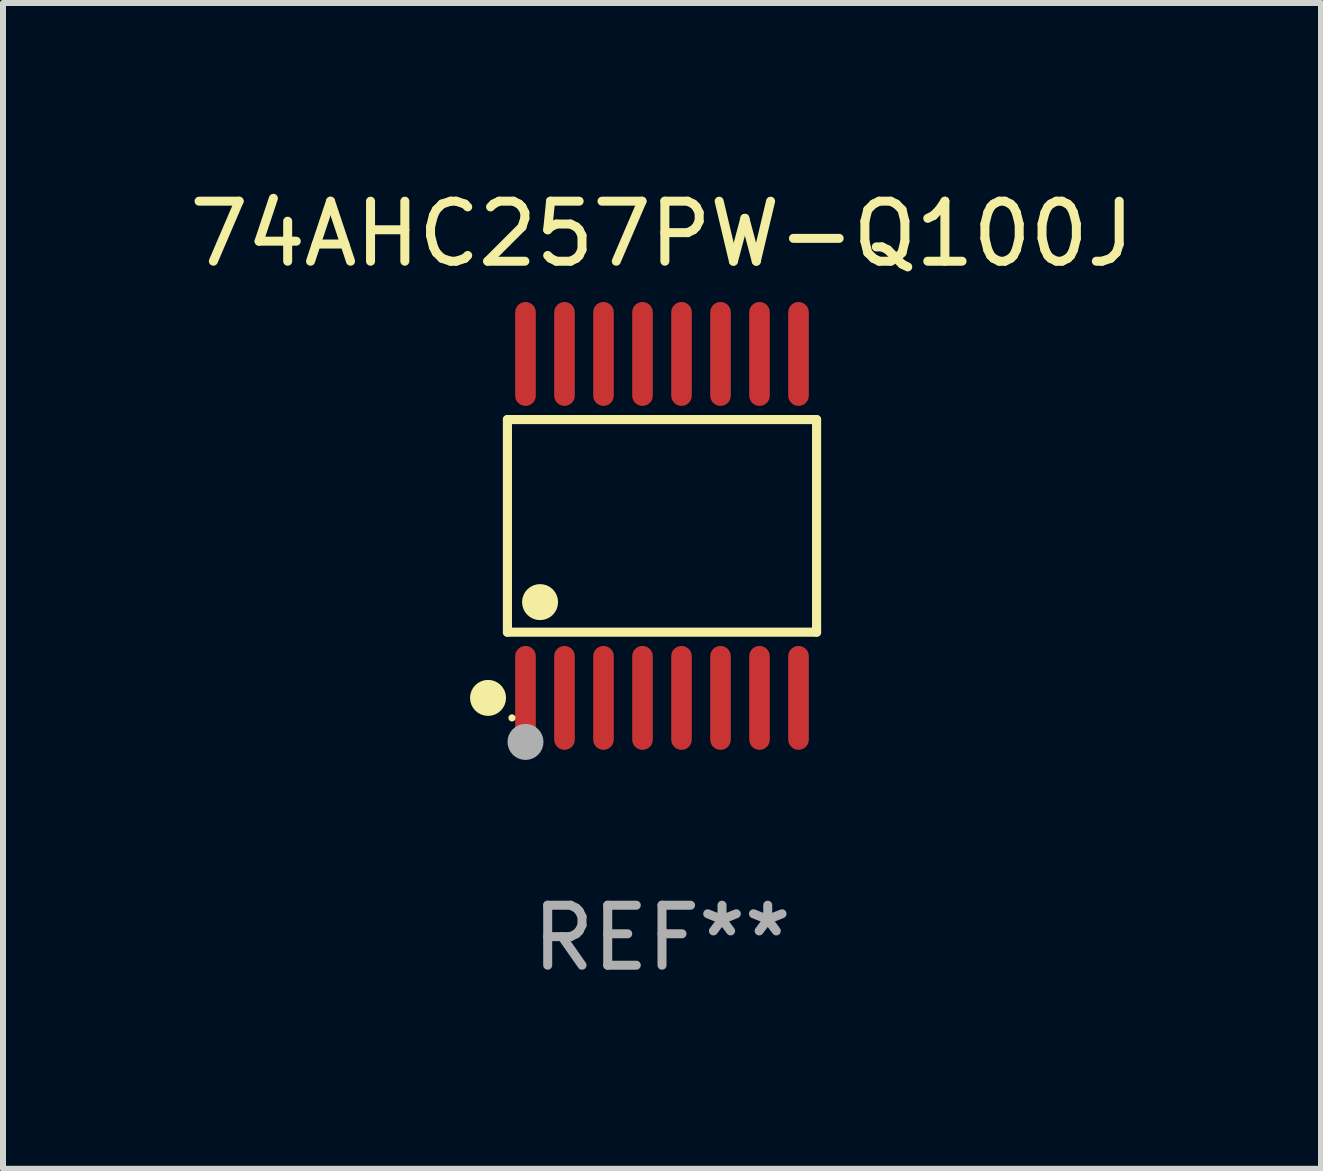
<source format=kicad_pcb>
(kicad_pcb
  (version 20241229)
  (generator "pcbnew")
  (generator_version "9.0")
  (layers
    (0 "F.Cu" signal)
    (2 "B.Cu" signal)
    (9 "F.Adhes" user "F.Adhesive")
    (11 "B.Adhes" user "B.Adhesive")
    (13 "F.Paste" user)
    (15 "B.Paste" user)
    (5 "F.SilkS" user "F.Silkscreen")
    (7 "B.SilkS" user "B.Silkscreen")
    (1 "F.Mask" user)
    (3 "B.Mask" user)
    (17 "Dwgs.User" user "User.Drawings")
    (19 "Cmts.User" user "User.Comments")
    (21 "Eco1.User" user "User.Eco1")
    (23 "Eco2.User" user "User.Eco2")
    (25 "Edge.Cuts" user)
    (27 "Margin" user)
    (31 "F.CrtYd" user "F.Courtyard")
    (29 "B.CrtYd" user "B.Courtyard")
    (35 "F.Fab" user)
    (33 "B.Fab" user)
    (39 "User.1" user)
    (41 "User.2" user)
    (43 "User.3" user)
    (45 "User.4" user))
  (footprint "74AHC257PW-Q100J"
    (layer "F.Cu")
    (at 7.982 5.714)
    (property "Reference" "74AHC257PW-Q100J" (at 0 -4.866 0) (layer "F.SilkS") (effects (font (size 1 1) (thickness 0.15))))
    (attr through_hole)
    (fp_line (start -2.576 -1.772) (end 2.576 -1.772) (stroke (width 0.152) (type solid)) (layer "F.SilkS"))
    (fp_line (start -2.576 1.771) (end -2.576 -1.772) (stroke (width 0.152) (type solid)) (layer "F.SilkS"))
    (fp_line (start 2.576 -1.772) (end 2.576 1.771) (stroke (width 0.152) (type solid)) (layer "F.SilkS"))
    (fp_line (start 2.576 1.771) (end -2.576 1.771) (stroke (width 0.152) (type solid)) (layer "F.SilkS"))
    (fp_circle (center -2.899 2.866) (end -2.749 2.866) (stroke (width 0.3) (type solid)) (fill no) (layer "F.SilkS"))
    (fp_circle (center -2.5 3.2) (end -2.47 3.2) (stroke (width 0.06) (type solid)) (fill no) (layer "F.SilkS"))
    (fp_circle (center -2.032 1.27) (end -1.882 1.27) (stroke (width 0.3) (type solid)) (fill no) (layer "F.SilkS"))
    (fp_circle (center -2.275 3.6) (end -2.125 3.6) (stroke (width 0.3) (type solid)) (fill no) (layer "F.Fab"))
    (fp_text user "REF**" (at 0 6.866 0) (layer "F.Fab") (effects (font (size 1 1) (thickness 0.15))))
    (pad "1" smd oval (at -2.275 2.866) (size 0.343 1.731) (layers "F.Cu" "F.Mask" "F.Paste"))
    (pad "2" smd oval (at -1.625 2.866) (size 0.343 1.731) (layers "F.Cu" "F.Mask" "F.Paste"))
    (pad "3" smd oval (at -0.975 2.866) (size 0.343 1.731) (layers "F.Cu" "F.Mask" "F.Paste"))
    (pad "4" smd oval (at -0.325 2.866) (size 0.343 1.731) (layers "F.Cu" "F.Mask" "F.Paste"))
    (pad "5" smd oval (at 0.325 2.866) (size 0.343 1.731) (layers "F.Cu" "F.Mask" "F.Paste"))
    (pad "6" smd oval (at 0.975 2.866) (size 0.343 1.731) (layers "F.Cu" "F.Mask" "F.Paste"))
    (pad "7" smd oval (at 1.625 2.866) (size 0.343 1.731) (layers "F.Cu" "F.Mask" "F.Paste"))
    (pad "8" smd oval (at 2.275 2.866) (size 0.343 1.731) (layers "F.Cu" "F.Mask" "F.Paste"))
    (pad "9" smd oval (at 2.275 -2.866) (size 0.343 1.731) (layers "F.Cu" "F.Mask" "F.Paste"))
    (pad "10" smd oval (at 1.625 -2.866) (size 0.343 1.731) (layers "F.Cu" "F.Mask" "F.Paste"))
    (pad "11" smd oval (at 0.975 -2.866) (size 0.343 1.731) (layers "F.Cu" "F.Mask" "F.Paste"))
    (pad "12" smd oval (at 0.325 -2.866) (size 0.343 1.731) (layers "F.Cu" "F.Mask" "F.Paste"))
    (pad "13" smd oval (at -0.325 -2.866) (size 0.343 1.731) (layers "F.Cu" "F.Mask" "F.Paste"))
    (pad "14" smd oval (at -0.975 -2.866) (size 0.343 1.731) (layers "F.Cu" "F.Mask" "F.Paste"))
    (pad "15" smd oval (at -1.625 -2.866) (size 0.343 1.731) (layers "F.Cu" "F.Mask" "F.Paste"))
    (pad "16" smd oval (at -2.275 -2.866) (size 0.343 1.731) (layers "F.Cu" "F.Mask" "F.Paste")))
  (gr_rect
    (start -3 -3)
    (end 18.964 16.428)
    (stroke (width 0.1) (type default))
    (fill no)
    (layer "Edge.Cuts")))
</source>
